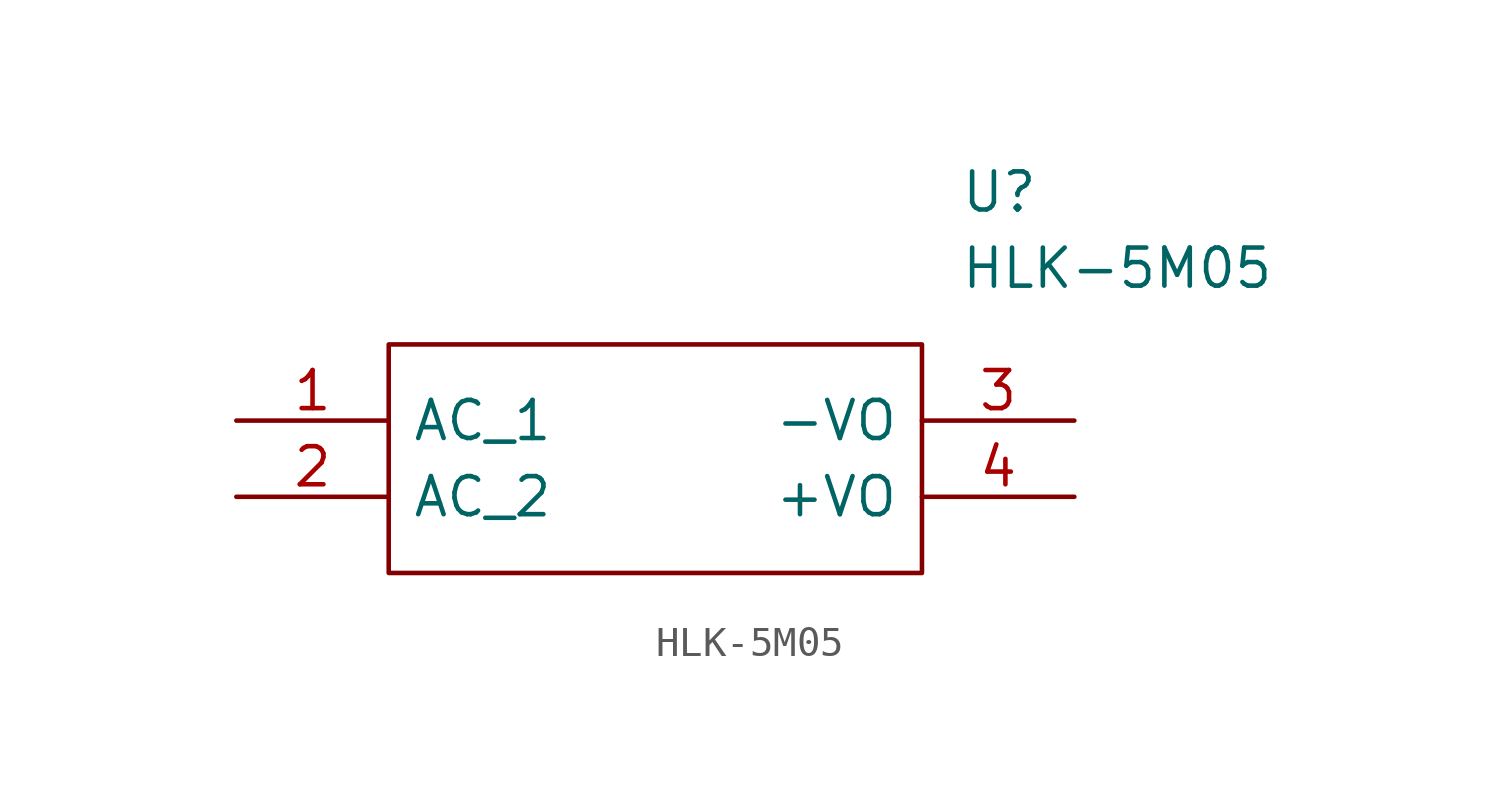
<source format=kicad_sym>
(kicad_symbol_lib
  (version 20211014)
  (generator kicad_symbol_editor)
  (symbol "HLK-5M05"
    (pin_names
      (offset 0.762))
    (property "Reference" "U"
      (at 10.16 8.89 0)
      (effects (font (size 1.27 1.27)) (justify left)))
    (property "Value" "HLK-5M05"
      (at 10.16 6.35 0)
      (effects (font (size 1.27 1.27)) (justify left)))
    (symbol "HLK-5M05_0_0"
      (pin passive line (at -13.97 1.27 0) (length 5.08) (name "AC_1" (effects (font (size 1.27 1.27)))) (number "1" (effects (font (size 1.27 1.27)))))
      (pin passive line (at -13.97 -1.27 0) (length 5.08) (name "AC_2" (effects (font (size 1.27 1.27)))) (number "2" (effects (font (size 1.27 1.27)))))
      (pin passive line (at 13.97 1.27 180) (length 5.08) (name "-VO" (effects (font (size 1.27 1.27)))) (number "3" (effects (font (size 1.27 1.27)))))
      (pin passive line (at 13.97 -1.27 180) (length 5.08) (name "+VO" (effects (font (size 1.27 1.27)))) (number "4" (effects (font (size 1.27 1.27))))))
    (symbol "HLK-5M05_0_1"
      (polyline (pts (xy -8.89 3.81) (xy 8.89 3.81) (xy 8.89 -3.81) (xy -8.89 -3.81) (xy -8.89 3.81)) (stroke (width 0.152) (type default) (color 0 0 0 0)) (fill (type none))))))
</source>
